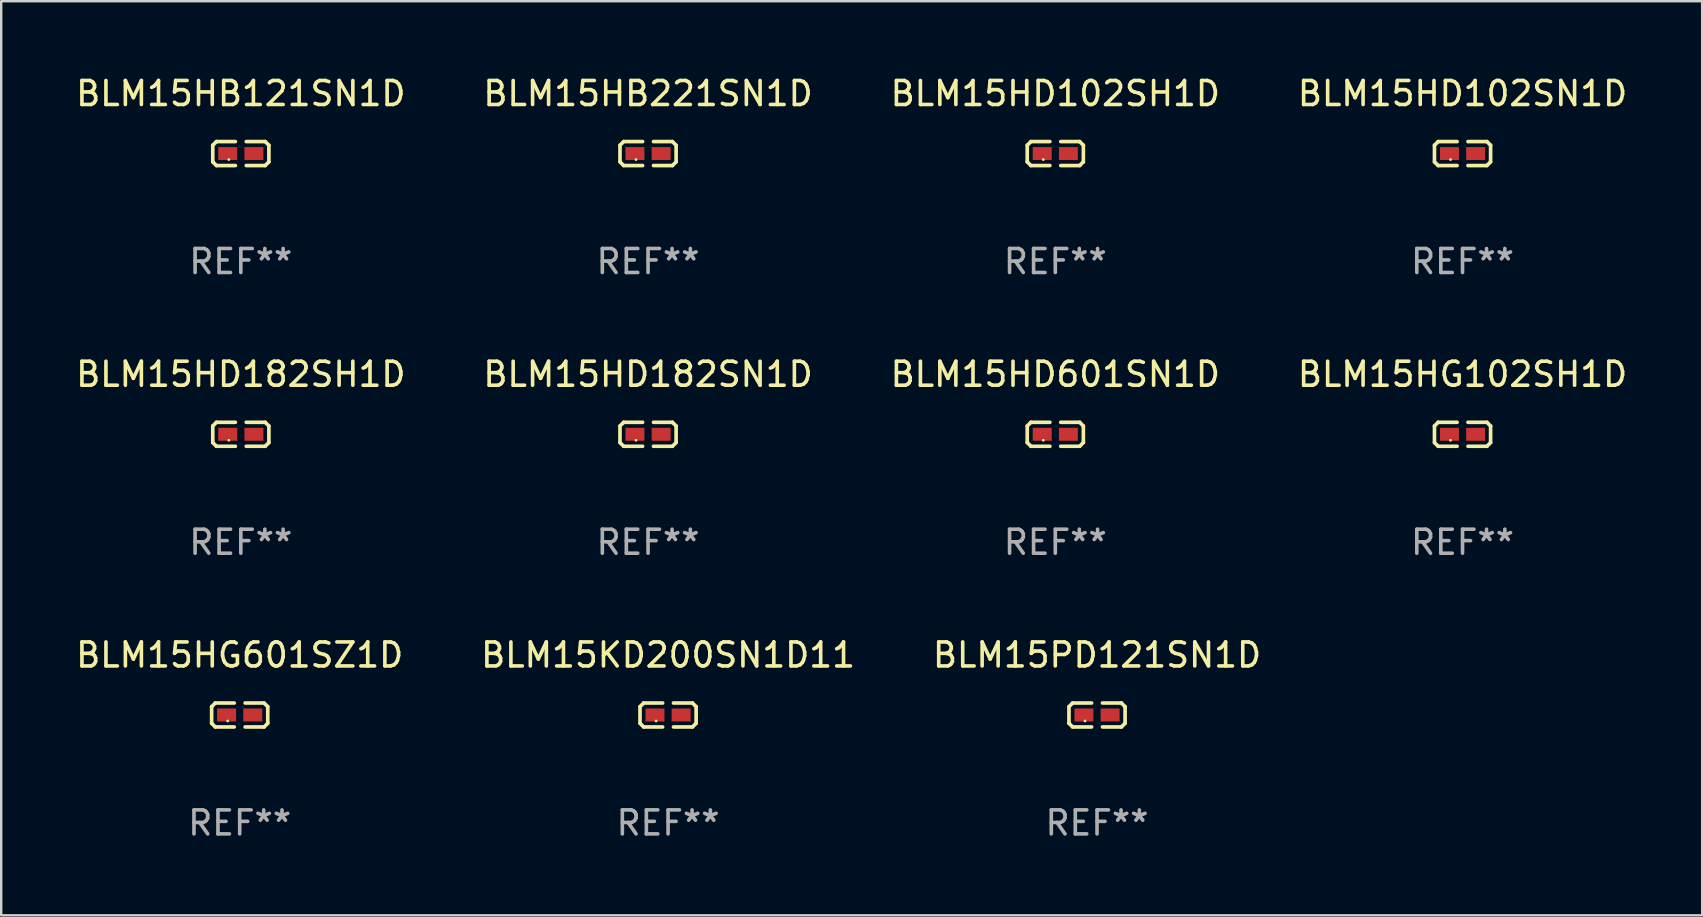
<source format=kicad_pcb>
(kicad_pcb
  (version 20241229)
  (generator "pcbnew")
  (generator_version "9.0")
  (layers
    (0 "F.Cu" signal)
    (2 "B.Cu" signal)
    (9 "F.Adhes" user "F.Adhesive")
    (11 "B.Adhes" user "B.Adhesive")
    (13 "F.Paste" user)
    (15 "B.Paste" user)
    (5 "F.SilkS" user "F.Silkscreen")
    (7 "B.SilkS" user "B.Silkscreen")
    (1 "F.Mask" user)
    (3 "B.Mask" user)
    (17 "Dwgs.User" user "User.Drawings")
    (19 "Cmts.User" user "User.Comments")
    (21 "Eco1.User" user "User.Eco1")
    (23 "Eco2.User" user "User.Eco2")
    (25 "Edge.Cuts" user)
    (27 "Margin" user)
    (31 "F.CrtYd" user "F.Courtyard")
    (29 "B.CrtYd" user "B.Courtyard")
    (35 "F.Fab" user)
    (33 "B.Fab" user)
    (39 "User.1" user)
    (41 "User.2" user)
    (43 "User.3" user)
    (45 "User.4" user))
  (footprint "BLM15HD182SN1D"
    (layer "F.Cu")
    (at 23.946 15.041)
    (property "Reference" "BLM15HD182SN1D" (at 0 -2.499 0) (layer "F.SilkS") (effects (font (size 1 1) (thickness 0.15))))
    (attr through_hole)
    (fp_line (start -1.169 -0.346) (end -1.016 -0.499) (stroke (width 0.152) (type solid)) (layer "F.SilkS"))
    (fp_line (start -1.169 0.346) (end -1.169 -0.346) (stroke (width 0.152) (type solid)) (layer "F.SilkS"))
    (fp_line (start -1.016 -0.499) (end -0.226 -0.499) (stroke (width 0.152) (type solid)) (layer "F.SilkS"))
    (fp_line (start -1.016 0.499) (end -1.169 0.346) (stroke (width 0.152) (type solid)) (layer "F.SilkS"))
    (fp_line (start -0.226 0.499) (end -1.016 0.499) (stroke (width 0.152) (type solid)) (layer "F.SilkS"))
    (fp_line (start 0.226 0.499) (end 1.016 0.499) (stroke (width 0.152) (type solid)) (layer "F.SilkS"))
    (fp_line (start 1.016 -0.499) (end 0.226 -0.499) (stroke (width 0.152) (type solid)) (layer "F.SilkS"))
    (fp_line (start 1.016 0.499) (end 1.169 0.346) (stroke (width 0.152) (type solid)) (layer "F.SilkS"))
    (fp_line (start 1.169 -0.346) (end 1.016 -0.499) (stroke (width 0.152) (type solid)) (layer "F.SilkS"))
    (fp_line (start 1.169 0.346) (end 1.169 -0.346) (stroke (width 0.152) (type solid)) (layer "F.SilkS"))
    (fp_circle (center -0.5 0.25) (end -0.47 0.25) (stroke (width 0.06) (type solid)) (fill no) (layer "F.SilkS"))
    (fp_text user "REF**" (at 0 4.499 0) (layer "F.Fab") (effects (font (size 1 1) (thickness 0.15))))
    (pad "1" smd rect (at -0.545 0) (size 0.79 0.54) (layers "F.Cu" "F.Mask" "F.Paste"))
    (pad "2" smd rect (at 0.545 0) (size 0.79 0.54) (layers "F.Cu" "F.Mask" "F.Paste")))
  (footprint "BLM15HD601SN1D"
    (layer "F.Cu")
    (at 40.911 15.041)
    (property "Reference" "BLM15HD601SN1D" (at 0 -2.499 0) (layer "F.SilkS") (effects (font (size 1 1) (thickness 0.15))))
    (attr through_hole)
    (fp_line (start -1.169 -0.346) (end -1.016 -0.499) (stroke (width 0.152) (type solid)) (layer "F.SilkS"))
    (fp_line (start -1.169 0.346) (end -1.169 -0.346) (stroke (width 0.152) (type solid)) (layer "F.SilkS"))
    (fp_line (start -1.016 -0.499) (end -0.226 -0.499) (stroke (width 0.152) (type solid)) (layer "F.SilkS"))
    (fp_line (start -1.016 0.499) (end -1.169 0.346) (stroke (width 0.152) (type solid)) (layer "F.SilkS"))
    (fp_line (start -0.226 0.499) (end -1.016 0.499) (stroke (width 0.152) (type solid)) (layer "F.SilkS"))
    (fp_line (start 0.226 0.499) (end 1.016 0.499) (stroke (width 0.152) (type solid)) (layer "F.SilkS"))
    (fp_line (start 1.016 -0.499) (end 0.226 -0.499) (stroke (width 0.152) (type solid)) (layer "F.SilkS"))
    (fp_line (start 1.016 0.499) (end 1.169 0.346) (stroke (width 0.152) (type solid)) (layer "F.SilkS"))
    (fp_line (start 1.169 -0.346) (end 1.016 -0.499) (stroke (width 0.152) (type solid)) (layer "F.SilkS"))
    (fp_line (start 1.169 0.346) (end 1.169 -0.346) (stroke (width 0.152) (type solid)) (layer "F.SilkS"))
    (fp_circle (center -0.5 0.25) (end -0.47 0.25) (stroke (width 0.06) (type solid)) (fill no) (layer "F.SilkS"))
    (fp_text user "REF**" (at 0 4.499 0) (layer "F.Fab") (effects (font (size 1 1) (thickness 0.15))))
    (pad "1" smd rect (at -0.545 0) (size 0.79 0.54) (layers "F.Cu" "F.Mask" "F.Paste"))
    (pad "2" smd rect (at 0.545 0) (size 0.79 0.54) (layers "F.Cu" "F.Mask" "F.Paste")))
  (footprint "BLM15HB221SN1D"
    (layer "F.Cu")
    (at 23.946 3.347)
    (property "Reference" "BLM15HB221SN1D" (at 0 -2.499 0) (layer "F.SilkS") (effects (font (size 1 1) (thickness 0.15))))
    (attr through_hole)
    (fp_line (start -1.169 -0.346) (end -1.016 -0.499) (stroke (width 0.152) (type solid)) (layer "F.SilkS"))
    (fp_line (start -1.169 0.346) (end -1.169 -0.346) (stroke (width 0.152) (type solid)) (layer "F.SilkS"))
    (fp_line (start -1.016 -0.499) (end -0.226 -0.499) (stroke (width 0.152) (type solid)) (layer "F.SilkS"))
    (fp_line (start -1.016 0.499) (end -1.169 0.346) (stroke (width 0.152) (type solid)) (layer "F.SilkS"))
    (fp_line (start -0.226 0.499) (end -1.016 0.499) (stroke (width 0.152) (type solid)) (layer "F.SilkS"))
    (fp_line (start 0.226 0.499) (end 1.016 0.499) (stroke (width 0.152) (type solid)) (layer "F.SilkS"))
    (fp_line (start 1.016 -0.499) (end 0.226 -0.499) (stroke (width 0.152) (type solid)) (layer "F.SilkS"))
    (fp_line (start 1.016 0.499) (end 1.169 0.346) (stroke (width 0.152) (type solid)) (layer "F.SilkS"))
    (fp_line (start 1.169 -0.346) (end 1.016 -0.499) (stroke (width 0.152) (type solid)) (layer "F.SilkS"))
    (fp_line (start 1.169 0.346) (end 1.169 -0.346) (stroke (width 0.152) (type solid)) (layer "F.SilkS"))
    (fp_circle (center -0.5 0.25) (end -0.47 0.25) (stroke (width 0.06) (type solid)) (fill no) (layer "F.SilkS"))
    (fp_text user "REF**" (at 0 4.499 0) (layer "F.Fab") (effects (font (size 1 1) (thickness 0.15))))
    (pad "1" smd rect (at -0.545 0) (size 0.79 0.54) (layers "F.Cu" "F.Mask" "F.Paste"))
    (pad "2" smd rect (at 0.545 0) (size 0.79 0.54) (layers "F.Cu" "F.Mask" "F.Paste")))
  (footprint "BLM15PD121SN1D"
    (layer "F.Cu")
    (at 42.649 26.734)
    (property "Reference" "BLM15PD121SN1D" (at 0 -2.499 0) (layer "F.SilkS") (effects (font (size 1 1) (thickness 0.15))))
    (attr through_hole)
    (fp_line (start -1.169 -0.346) (end -1.016 -0.499) (stroke (width 0.152) (type solid)) (layer "F.SilkS"))
    (fp_line (start -1.169 0.346) (end -1.169 -0.346) (stroke (width 0.152) (type solid)) (layer "F.SilkS"))
    (fp_line (start -1.016 -0.499) (end -0.226 -0.499) (stroke (width 0.152) (type solid)) (layer "F.SilkS"))
    (fp_line (start -1.016 0.499) (end -1.169 0.346) (stroke (width 0.152) (type solid)) (layer "F.SilkS"))
    (fp_line (start -0.226 0.499) (end -1.016 0.499) (stroke (width 0.152) (type solid)) (layer "F.SilkS"))
    (fp_line (start 0.226 0.499) (end 1.016 0.499) (stroke (width 0.152) (type solid)) (layer "F.SilkS"))
    (fp_line (start 1.016 -0.499) (end 0.226 -0.499) (stroke (width 0.152) (type solid)) (layer "F.SilkS"))
    (fp_line (start 1.016 0.499) (end 1.169 0.346) (stroke (width 0.152) (type solid)) (layer "F.SilkS"))
    (fp_line (start 1.169 -0.346) (end 1.016 -0.499) (stroke (width 0.152) (type solid)) (layer "F.SilkS"))
    (fp_line (start 1.169 0.346) (end 1.169 -0.346) (stroke (width 0.152) (type solid)) (layer "F.SilkS"))
    (fp_circle (center -0.5 0.25) (end -0.47 0.25) (stroke (width 0.06) (type solid)) (fill no) (layer "F.SilkS"))
    (fp_text user "REF**" (at 0 4.499 0) (layer "F.Fab") (effects (font (size 1 1) (thickness 0.15))))
    (pad "1" smd rect (at -0.545 0) (size 0.79 0.54) (layers "F.Cu" "F.Mask" "F.Paste"))
    (pad "2" smd rect (at 0.545 0) (size 0.79 0.54) (layers "F.Cu" "F.Mask" "F.Paste")))
  (footprint "BLM15HD182SH1D"
    (layer "F.Cu")
    (at 6.982 15.041)
    (property "Reference" "BLM15HD182SH1D" (at 0 -2.499 0) (layer "F.SilkS") (effects (font (size 1 1) (thickness 0.15))))
    (attr through_hole)
    (fp_line (start -1.169 -0.346) (end -1.016 -0.499) (stroke (width 0.152) (type solid)) (layer "F.SilkS"))
    (fp_line (start -1.169 0.346) (end -1.169 -0.346) (stroke (width 0.152) (type solid)) (layer "F.SilkS"))
    (fp_line (start -1.016 -0.499) (end -0.226 -0.499) (stroke (width 0.152) (type solid)) (layer "F.SilkS"))
    (fp_line (start -1.016 0.499) (end -1.169 0.346) (stroke (width 0.152) (type solid)) (layer "F.SilkS"))
    (fp_line (start -0.226 0.499) (end -1.016 0.499) (stroke (width 0.152) (type solid)) (layer "F.SilkS"))
    (fp_line (start 0.226 0.499) (end 1.016 0.499) (stroke (width 0.152) (type solid)) (layer "F.SilkS"))
    (fp_line (start 1.016 -0.499) (end 0.226 -0.499) (stroke (width 0.152) (type solid)) (layer "F.SilkS"))
    (fp_line (start 1.016 0.499) (end 1.169 0.346) (stroke (width 0.152) (type solid)) (layer "F.SilkS"))
    (fp_line (start 1.169 -0.346) (end 1.016 -0.499) (stroke (width 0.152) (type solid)) (layer "F.SilkS"))
    (fp_line (start 1.169 0.346) (end 1.169 -0.346) (stroke (width 0.152) (type solid)) (layer "F.SilkS"))
    (fp_circle (center -0.5 0.25) (end -0.47 0.25) (stroke (width 0.06) (type solid)) (fill no) (layer "F.SilkS"))
    (fp_text user "REF**" (at 0 4.499 0) (layer "F.Fab") (effects (font (size 1 1) (thickness 0.15))))
    (pad "1" smd rect (at -0.545 0) (size 0.79 0.54) (layers "F.Cu" "F.Mask" "F.Paste"))
    (pad "2" smd rect (at 0.545 0) (size 0.79 0.54) (layers "F.Cu" "F.Mask" "F.Paste")))
  (footprint "BLM15HG102SH1D"
    (layer "F.Cu")
    (at 57.875 15.041)
    (property "Reference" "BLM15HG102SH1D" (at 0 -2.499 0) (layer "F.SilkS") (effects (font (size 1 1) (thickness 0.15))))
    (attr through_hole)
    (fp_line (start -1.169 -0.346) (end -1.016 -0.499) (stroke (width 0.152) (type solid)) (layer "F.SilkS"))
    (fp_line (start -1.169 0.346) (end -1.169 -0.346) (stroke (width 0.152) (type solid)) (layer "F.SilkS"))
    (fp_line (start -1.016 -0.499) (end -0.226 -0.499) (stroke (width 0.152) (type solid)) (layer "F.SilkS"))
    (fp_line (start -1.016 0.499) (end -1.169 0.346) (stroke (width 0.152) (type solid)) (layer "F.SilkS"))
    (fp_line (start -0.226 0.499) (end -1.016 0.499) (stroke (width 0.152) (type solid)) (layer "F.SilkS"))
    (fp_line (start 0.226 0.499) (end 1.016 0.499) (stroke (width 0.152) (type solid)) (layer "F.SilkS"))
    (fp_line (start 1.016 -0.499) (end 0.226 -0.499) (stroke (width 0.152) (type solid)) (layer "F.SilkS"))
    (fp_line (start 1.016 0.499) (end 1.169 0.346) (stroke (width 0.152) (type solid)) (layer "F.SilkS"))
    (fp_line (start 1.169 -0.346) (end 1.016 -0.499) (stroke (width 0.152) (type solid)) (layer "F.SilkS"))
    (fp_line (start 1.169 0.346) (end 1.169 -0.346) (stroke (width 0.152) (type solid)) (layer "F.SilkS"))
    (fp_circle (center -0.5 0.25) (end -0.47 0.25) (stroke (width 0.06) (type solid)) (fill no) (layer "F.SilkS"))
    (fp_text user "REF**" (at 0 4.499 0) (layer "F.Fab") (effects (font (size 1 1) (thickness 0.15))))
    (pad "1" smd rect (at -0.545 0) (size 0.79 0.54) (layers "F.Cu" "F.Mask" "F.Paste"))
    (pad "2" smd rect (at 0.545 0) (size 0.79 0.54) (layers "F.Cu" "F.Mask" "F.Paste")))
  (footprint "BLM15KD200SN1D11"
    (layer "F.Cu")
    (at 24.78 26.734)
    (property "Reference" "BLM15KD200SN1D11" (at 0 -2.499 0) (layer "F.SilkS") (effects (font (size 1 1) (thickness 0.15))))
    (attr through_hole)
    (fp_line (start -1.169 -0.346) (end -1.016 -0.499) (stroke (width 0.152) (type solid)) (layer "F.SilkS"))
    (fp_line (start -1.169 0.346) (end -1.169 -0.346) (stroke (width 0.152) (type solid)) (layer "F.SilkS"))
    (fp_line (start -1.016 -0.499) (end -0.226 -0.499) (stroke (width 0.152) (type solid)) (layer "F.SilkS"))
    (fp_line (start -1.016 0.499) (end -1.169 0.346) (stroke (width 0.152) (type solid)) (layer "F.SilkS"))
    (fp_line (start -0.226 0.499) (end -1.016 0.499) (stroke (width 0.152) (type solid)) (layer "F.SilkS"))
    (fp_line (start 0.226 0.499) (end 1.016 0.499) (stroke (width 0.152) (type solid)) (layer "F.SilkS"))
    (fp_line (start 1.016 -0.499) (end 0.226 -0.499) (stroke (width 0.152) (type solid)) (layer "F.SilkS"))
    (fp_line (start 1.016 0.499) (end 1.169 0.346) (stroke (width 0.152) (type solid)) (layer "F.SilkS"))
    (fp_line (start 1.169 -0.346) (end 1.016 -0.499) (stroke (width 0.152) (type solid)) (layer "F.SilkS"))
    (fp_line (start 1.169 0.346) (end 1.169 -0.346) (stroke (width 0.152) (type solid)) (layer "F.SilkS"))
    (fp_circle (center -0.5 0.25) (end -0.47 0.25) (stroke (width 0.06) (type solid)) (fill no) (layer "F.SilkS"))
    (fp_text user "REF**" (at 0 4.499 0) (layer "F.Fab") (effects (font (size 1 1) (thickness 0.15))))
    (pad "1" smd rect (at -0.545 0) (size 0.79 0.54) (layers "F.Cu" "F.Mask" "F.Paste"))
    (pad "2" smd rect (at 0.545 0) (size 0.79 0.54) (layers "F.Cu" "F.Mask" "F.Paste")))
  (footprint "BLM15HD102SN1D"
    (layer "F.Cu")
    (at 57.875 3.347)
    (property "Reference" "BLM15HD102SN1D" (at 0 -2.499 0) (layer "F.SilkS") (effects (font (size 1 1) (thickness 0.15))))
    (attr through_hole)
    (fp_line (start -1.169 -0.346) (end -1.016 -0.499) (stroke (width 0.152) (type solid)) (layer "F.SilkS"))
    (fp_line (start -1.169 0.346) (end -1.169 -0.346) (stroke (width 0.152) (type solid)) (layer "F.SilkS"))
    (fp_line (start -1.016 -0.499) (end -0.226 -0.499) (stroke (width 0.152) (type solid)) (layer "F.SilkS"))
    (fp_line (start -1.016 0.499) (end -1.169 0.346) (stroke (width 0.152) (type solid)) (layer "F.SilkS"))
    (fp_line (start -0.226 0.499) (end -1.016 0.499) (stroke (width 0.152) (type solid)) (layer "F.SilkS"))
    (fp_line (start 0.226 0.499) (end 1.016 0.499) (stroke (width 0.152) (type solid)) (layer "F.SilkS"))
    (fp_line (start 1.016 -0.499) (end 0.226 -0.499) (stroke (width 0.152) (type solid)) (layer "F.SilkS"))
    (fp_line (start 1.016 0.499) (end 1.169 0.346) (stroke (width 0.152) (type solid)) (layer "F.SilkS"))
    (fp_line (start 1.169 -0.346) (end 1.016 -0.499) (stroke (width 0.152) (type solid)) (layer "F.SilkS"))
    (fp_line (start 1.169 0.346) (end 1.169 -0.346) (stroke (width 0.152) (type solid)) (layer "F.SilkS"))
    (fp_circle (center -0.5 0.25) (end -0.47 0.25) (stroke (width 0.06) (type solid)) (fill no) (layer "F.SilkS"))
    (fp_text user "REF**" (at 0 4.499 0) (layer "F.Fab") (effects (font (size 1 1) (thickness 0.15))))
    (pad "1" smd rect (at -0.545 0) (size 0.79 0.54) (layers "F.Cu" "F.Mask" "F.Paste"))
    (pad "2" smd rect (at 0.545 0) (size 0.79 0.54) (layers "F.Cu" "F.Mask" "F.Paste")))
  (footprint "BLM15HG601SZ1D"
    (layer "F.Cu")
    (at 6.935 26.734)
    (property "Reference" "BLM15HG601SZ1D" (at 0 -2.499 0) (layer "F.SilkS") (effects (font (size 1 1) (thickness 0.15))))
    (attr through_hole)
    (fp_line (start -1.169 -0.346) (end -1.016 -0.499) (stroke (width 0.152) (type solid)) (layer "F.SilkS"))
    (fp_line (start -1.169 0.346) (end -1.169 -0.346) (stroke (width 0.152) (type solid)) (layer "F.SilkS"))
    (fp_line (start -1.016 -0.499) (end -0.226 -0.499) (stroke (width 0.152) (type solid)) (layer "F.SilkS"))
    (fp_line (start -1.016 0.499) (end -1.169 0.346) (stroke (width 0.152) (type solid)) (layer "F.SilkS"))
    (fp_line (start -0.226 0.499) (end -1.016 0.499) (stroke (width 0.152) (type solid)) (layer "F.SilkS"))
    (fp_line (start 0.226 0.499) (end 1.016 0.499) (stroke (width 0.152) (type solid)) (layer "F.SilkS"))
    (fp_line (start 1.016 -0.499) (end 0.226 -0.499) (stroke (width 0.152) (type solid)) (layer "F.SilkS"))
    (fp_line (start 1.016 0.499) (end 1.169 0.346) (stroke (width 0.152) (type solid)) (layer "F.SilkS"))
    (fp_line (start 1.169 -0.346) (end 1.016 -0.499) (stroke (width 0.152) (type solid)) (layer "F.SilkS"))
    (fp_line (start 1.169 0.346) (end 1.169 -0.346) (stroke (width 0.152) (type solid)) (layer "F.SilkS"))
    (fp_circle (center -0.5 0.25) (end -0.47 0.25) (stroke (width 0.06) (type solid)) (fill no) (layer "F.SilkS"))
    (fp_text user "REF**" (at 0 4.499 0) (layer "F.Fab") (effects (font (size 1 1) (thickness 0.15))))
    (pad "1" smd rect (at -0.545 0) (size 0.79 0.54) (layers "F.Cu" "F.Mask" "F.Paste"))
    (pad "2" smd rect (at 0.545 0) (size 0.79 0.54) (layers "F.Cu" "F.Mask" "F.Paste")))
  (footprint "BLM15HD102SH1D"
    (layer "F.Cu")
    (at 40.911 3.347)
    (property "Reference" "BLM15HD102SH1D" (at 0 -2.499 0) (layer "F.SilkS") (effects (font (size 1 1) (thickness 0.15))))
    (attr through_hole)
    (fp_line (start -1.169 -0.346) (end -1.016 -0.499) (stroke (width 0.152) (type solid)) (layer "F.SilkS"))
    (fp_line (start -1.169 0.346) (end -1.169 -0.346) (stroke (width 0.152) (type solid)) (layer "F.SilkS"))
    (fp_line (start -1.016 -0.499) (end -0.226 -0.499) (stroke (width 0.152) (type solid)) (layer "F.SilkS"))
    (fp_line (start -1.016 0.499) (end -1.169 0.346) (stroke (width 0.152) (type solid)) (layer "F.SilkS"))
    (fp_line (start -0.226 0.499) (end -1.016 0.499) (stroke (width 0.152) (type solid)) (layer "F.SilkS"))
    (fp_line (start 0.226 0.499) (end 1.016 0.499) (stroke (width 0.152) (type solid)) (layer "F.SilkS"))
    (fp_line (start 1.016 -0.499) (end 0.226 -0.499) (stroke (width 0.152) (type solid)) (layer "F.SilkS"))
    (fp_line (start 1.016 0.499) (end 1.169 0.346) (stroke (width 0.152) (type solid)) (layer "F.SilkS"))
    (fp_line (start 1.169 -0.346) (end 1.016 -0.499) (stroke (width 0.152) (type solid)) (layer "F.SilkS"))
    (fp_line (start 1.169 0.346) (end 1.169 -0.346) (stroke (width 0.152) (type solid)) (layer "F.SilkS"))
    (fp_circle (center -0.5 0.25) (end -0.47 0.25) (stroke (width 0.06) (type solid)) (fill no) (layer "F.SilkS"))
    (fp_text user "REF**" (at 0 4.499 0) (layer "F.Fab") (effects (font (size 1 1) (thickness 0.15))))
    (pad "1" smd rect (at -0.545 0) (size 0.79 0.54) (layers "F.Cu" "F.Mask" "F.Paste"))
    (pad "2" smd rect (at 0.545 0) (size 0.79 0.54) (layers "F.Cu" "F.Mask" "F.Paste")))
  (footprint "BLM15HB121SN1D"
    (layer "F.Cu")
    (at 6.982 3.347)
    (property "Reference" "BLM15HB121SN1D" (at 0 -2.499 0) (layer "F.SilkS") (effects (font (size 1 1) (thickness 0.15))))
    (attr through_hole)
    (fp_line (start -1.169 -0.346) (end -1.016 -0.499) (stroke (width 0.152) (type solid)) (layer "F.SilkS"))
    (fp_line (start -1.169 0.346) (end -1.169 -0.346) (stroke (width 0.152) (type solid)) (layer "F.SilkS"))
    (fp_line (start -1.016 -0.499) (end -0.226 -0.499) (stroke (width 0.152) (type solid)) (layer "F.SilkS"))
    (fp_line (start -1.016 0.499) (end -1.169 0.346) (stroke (width 0.152) (type solid)) (layer "F.SilkS"))
    (fp_line (start -0.226 0.499) (end -1.016 0.499) (stroke (width 0.152) (type solid)) (layer "F.SilkS"))
    (fp_line (start 0.226 0.499) (end 1.016 0.499) (stroke (width 0.152) (type solid)) (layer "F.SilkS"))
    (fp_line (start 1.016 -0.499) (end 0.226 -0.499) (stroke (width 0.152) (type solid)) (layer "F.SilkS"))
    (fp_line (start 1.016 0.499) (end 1.169 0.346) (stroke (width 0.152) (type solid)) (layer "F.SilkS"))
    (fp_line (start 1.169 -0.346) (end 1.016 -0.499) (stroke (width 0.152) (type solid)) (layer "F.SilkS"))
    (fp_line (start 1.169 0.346) (end 1.169 -0.346) (stroke (width 0.152) (type solid)) (layer "F.SilkS"))
    (fp_circle (center -0.5 0.25) (end -0.47 0.25) (stroke (width 0.06) (type solid)) (fill no) (layer "F.SilkS"))
    (fp_text user "REF**" (at 0 4.499 0) (layer "F.Fab") (effects (font (size 1 1) (thickness 0.15))))
    (pad "1" smd rect (at -0.545 0) (size 0.79 0.54) (layers "F.Cu" "F.Mask" "F.Paste"))
    (pad "2" smd rect (at 0.545 0) (size 0.79 0.54) (layers "F.Cu" "F.Mask" "F.Paste")))
  (gr_rect
    (start -3 -3)
    (end 67.857 35.081)
    (stroke (width 0.1) (type default))
    (fill no)
    (layer "Edge.Cuts")))
</source>
